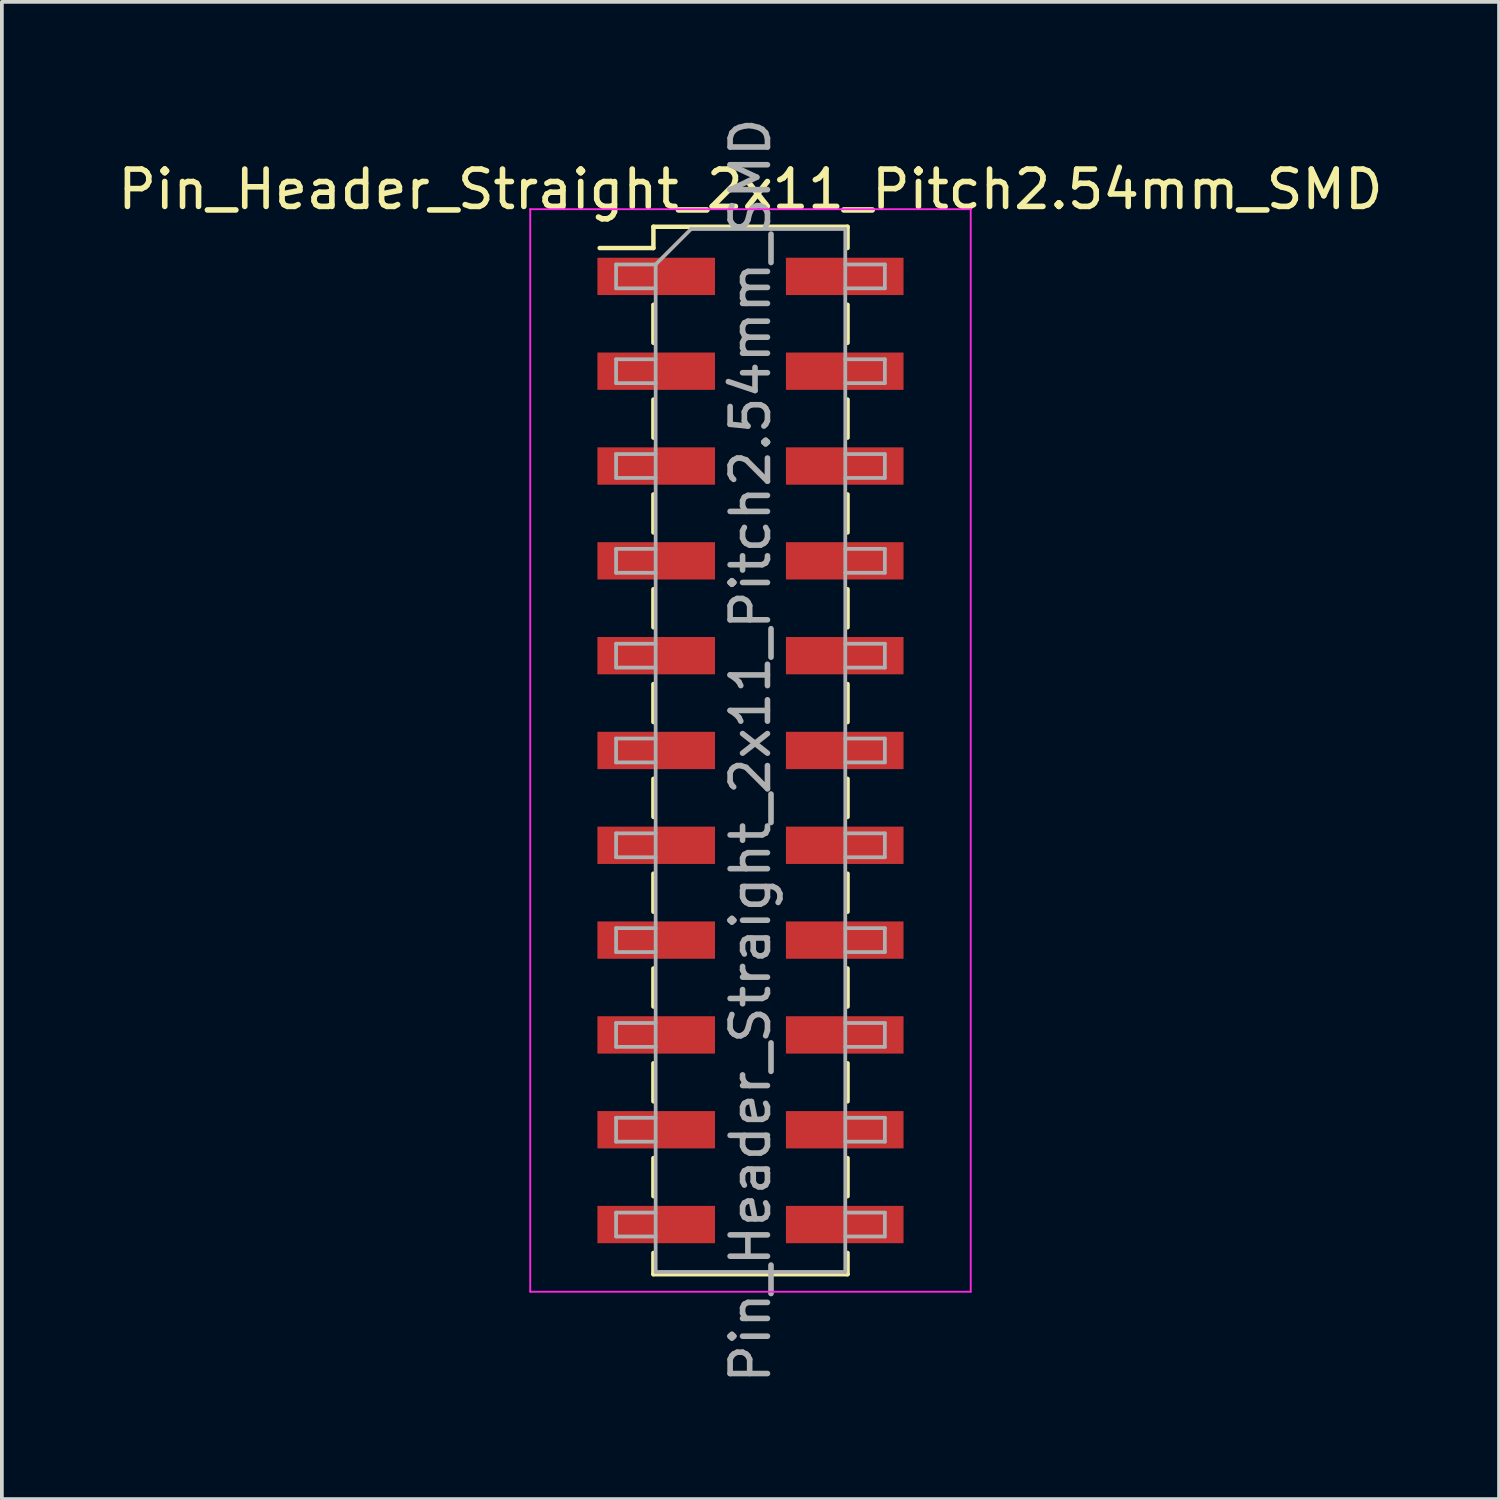
<source format=kicad_pcb>
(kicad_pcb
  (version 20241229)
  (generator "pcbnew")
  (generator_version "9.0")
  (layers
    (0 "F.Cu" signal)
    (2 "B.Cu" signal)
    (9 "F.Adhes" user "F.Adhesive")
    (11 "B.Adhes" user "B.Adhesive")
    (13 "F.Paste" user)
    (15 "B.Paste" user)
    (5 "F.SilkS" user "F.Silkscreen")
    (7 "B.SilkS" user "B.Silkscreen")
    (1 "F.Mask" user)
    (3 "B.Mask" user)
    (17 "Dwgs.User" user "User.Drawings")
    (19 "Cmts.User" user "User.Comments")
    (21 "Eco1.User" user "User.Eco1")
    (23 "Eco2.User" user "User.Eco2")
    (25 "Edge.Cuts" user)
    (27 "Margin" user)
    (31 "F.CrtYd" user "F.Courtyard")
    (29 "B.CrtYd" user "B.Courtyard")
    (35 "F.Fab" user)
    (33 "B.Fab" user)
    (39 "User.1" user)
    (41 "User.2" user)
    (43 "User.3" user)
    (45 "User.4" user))
  (footprint "Pin_Header_Straight_2x11_Pitch2.54mm_SMD"
    (layer "F.Cu")
    (at 17.054 17.054)
    (property "Reference" "Pin_Header_Straight_2x11_Pitch2.54mm_SMD" (at 0 -15.03 0) (layer "F.SilkS") (effects (font (size 1 1) (thickness 0.15))))
    (attr smd)
    (fp_line (start -4.04 -13.46) (end -2.6 -13.46) (stroke (width 0.12) (type solid)) (layer "F.SilkS"))
    (fp_line (start -2.6 -14.03) (end -2.6 -13.46) (stroke (width 0.12) (type solid)) (layer "F.SilkS"))
    (fp_line (start -2.6 -14.03) (end 2.6 -14.03) (stroke (width 0.12) (type solid)) (layer "F.SilkS"))
    (fp_line (start -2.6 -11.94) (end -2.6 -10.92) (stroke (width 0.12) (type solid)) (layer "F.SilkS"))
    (fp_line (start -2.6 -9.4) (end -2.6 -8.38) (stroke (width 0.12) (type solid)) (layer "F.SilkS"))
    (fp_line (start -2.6 -6.86) (end -2.6 -5.84) (stroke (width 0.12) (type solid)) (layer "F.SilkS"))
    (fp_line (start -2.6 -4.32) (end -2.6 -3.3) (stroke (width 0.12) (type solid)) (layer "F.SilkS"))
    (fp_line (start -2.6 -1.78) (end -2.6 -0.76) (stroke (width 0.12) (type solid)) (layer "F.SilkS"))
    (fp_line (start -2.6 0.76) (end -2.6 1.78) (stroke (width 0.12) (type solid)) (layer "F.SilkS"))
    (fp_line (start -2.6 3.3) (end -2.6 4.32) (stroke (width 0.12) (type solid)) (layer "F.SilkS"))
    (fp_line (start -2.6 5.84) (end -2.6 6.86) (stroke (width 0.12) (type solid)) (layer "F.SilkS"))
    (fp_line (start -2.6 8.38) (end -2.6 9.4) (stroke (width 0.12) (type solid)) (layer "F.SilkS"))
    (fp_line (start -2.6 10.92) (end -2.6 11.94) (stroke (width 0.12) (type solid)) (layer "F.SilkS"))
    (fp_line (start -2.6 13.46) (end -2.6 14.03) (stroke (width 0.12) (type solid)) (layer "F.SilkS"))
    (fp_line (start -2.6 14.03) (end 2.6 14.03) (stroke (width 0.12) (type solid)) (layer "F.SilkS"))
    (fp_line (start 2.6 -14.03) (end 2.6 -13.46) (stroke (width 0.12) (type solid)) (layer "F.SilkS"))
    (fp_line (start 2.6 -11.94) (end 2.6 -10.92) (stroke (width 0.12) (type solid)) (layer "F.SilkS"))
    (fp_line (start 2.6 -9.4) (end 2.6 -8.38) (stroke (width 0.12) (type solid)) (layer "F.SilkS"))
    (fp_line (start 2.6 -6.86) (end 2.6 -5.84) (stroke (width 0.12) (type solid)) (layer "F.SilkS"))
    (fp_line (start 2.6 -4.32) (end 2.6 -3.3) (stroke (width 0.12) (type solid)) (layer "F.SilkS"))
    (fp_line (start 2.6 -1.78) (end 2.6 -0.76) (stroke (width 0.12) (type solid)) (layer "F.SilkS"))
    (fp_line (start 2.6 0.76) (end 2.6 1.78) (stroke (width 0.12) (type solid)) (layer "F.SilkS"))
    (fp_line (start 2.6 3.3) (end 2.6 4.32) (stroke (width 0.12) (type solid)) (layer "F.SilkS"))
    (fp_line (start 2.6 5.84) (end 2.6 6.86) (stroke (width 0.12) (type solid)) (layer "F.SilkS"))
    (fp_line (start 2.6 8.38) (end 2.6 9.4) (stroke (width 0.12) (type solid)) (layer "F.SilkS"))
    (fp_line (start 2.6 10.92) (end 2.6 11.94) (stroke (width 0.12) (type solid)) (layer "F.SilkS"))
    (fp_line (start 2.6 13.46) (end 2.6 14.03) (stroke (width 0.12) (type solid)) (layer "F.SilkS"))
    (fp_line (start -5.9 -14.5) (end -5.9 14.5) (stroke (width 0.05) (type solid)) (layer "F.CrtYd"))
    (fp_line (start -5.9 14.5) (end 5.9 14.5) (stroke (width 0.05) (type solid)) (layer "F.CrtYd"))
    (fp_line (start 5.9 -14.5) (end -5.9 -14.5) (stroke (width 0.05) (type solid)) (layer "F.CrtYd"))
    (fp_line (start 5.9 14.5) (end 5.9 -14.5) (stroke (width 0.05) (type solid)) (layer "F.CrtYd"))
    (fp_line (start -3.6 -13.02) (end -3.6 -12.38) (stroke (width 0.1) (type solid)) (layer "F.Fab"))
    (fp_line (start -3.6 -12.38) (end -2.54 -12.38) (stroke (width 0.1) (type solid)) (layer "F.Fab"))
    (fp_line (start -3.6 -10.48) (end -3.6 -9.84) (stroke (width 0.1) (type solid)) (layer "F.Fab"))
    (fp_line (start -3.6 -9.84) (end -2.54 -9.84) (stroke (width 0.1) (type solid)) (layer "F.Fab"))
    (fp_line (start -3.6 -7.94) (end -3.6 -7.3) (stroke (width 0.1) (type solid)) (layer "F.Fab"))
    (fp_line (start -3.6 -7.3) (end -2.54 -7.3) (stroke (width 0.1) (type solid)) (layer "F.Fab"))
    (fp_line (start -3.6 -5.4) (end -3.6 -4.76) (stroke (width 0.1) (type solid)) (layer "F.Fab"))
    (fp_line (start -3.6 -4.76) (end -2.54 -4.76) (stroke (width 0.1) (type solid)) (layer "F.Fab"))
    (fp_line (start -3.6 -2.86) (end -3.6 -2.22) (stroke (width 0.1) (type solid)) (layer "F.Fab"))
    (fp_line (start -3.6 -2.22) (end -2.54 -2.22) (stroke (width 0.1) (type solid)) (layer "F.Fab"))
    (fp_line (start -3.6 -0.32) (end -3.6 0.32) (stroke (width 0.1) (type solid)) (layer "F.Fab"))
    (fp_line (start -3.6 0.32) (end -2.54 0.32) (stroke (width 0.1) (type solid)) (layer "F.Fab"))
    (fp_line (start -3.6 2.22) (end -3.6 2.86) (stroke (width 0.1) (type solid)) (layer "F.Fab"))
    (fp_line (start -3.6 2.86) (end -2.54 2.86) (stroke (width 0.1) (type solid)) (layer "F.Fab"))
    (fp_line (start -3.6 4.76) (end -3.6 5.4) (stroke (width 0.1) (type solid)) (layer "F.Fab"))
    (fp_line (start -3.6 5.4) (end -2.54 5.4) (stroke (width 0.1) (type solid)) (layer "F.Fab"))
    (fp_line (start -3.6 7.3) (end -3.6 7.94) (stroke (width 0.1) (type solid)) (layer "F.Fab"))
    (fp_line (start -3.6 7.94) (end -2.54 7.94) (stroke (width 0.1) (type solid)) (layer "F.Fab"))
    (fp_line (start -3.6 9.84) (end -3.6 10.48) (stroke (width 0.1) (type solid)) (layer "F.Fab"))
    (fp_line (start -3.6 10.48) (end -2.54 10.48) (stroke (width 0.1) (type solid)) (layer "F.Fab"))
    (fp_line (start -3.6 12.38) (end -3.6 13.02) (stroke (width 0.1) (type solid)) (layer "F.Fab"))
    (fp_line (start -3.6 13.02) (end -2.54 13.02) (stroke (width 0.1) (type solid)) (layer "F.Fab"))
    (fp_line (start -2.54 -13.02) (end -3.6 -13.02) (stroke (width 0.1) (type solid)) (layer "F.Fab"))
    (fp_line (start -2.54 -13.02) (end -1.59 -13.97) (stroke (width 0.1) (type solid)) (layer "F.Fab"))
    (fp_line (start -2.54 -10.48) (end -3.6 -10.48) (stroke (width 0.1) (type solid)) (layer "F.Fab"))
    (fp_line (start -2.54 -7.94) (end -3.6 -7.94) (stroke (width 0.1) (type solid)) (layer "F.Fab"))
    (fp_line (start -2.54 -5.4) (end -3.6 -5.4) (stroke (width 0.1) (type solid)) (layer "F.Fab"))
    (fp_line (start -2.54 -2.86) (end -3.6 -2.86) (stroke (width 0.1) (type solid)) (layer "F.Fab"))
    (fp_line (start -2.54 -0.32) (end -3.6 -0.32) (stroke (width 0.1) (type solid)) (layer "F.Fab"))
    (fp_line (start -2.54 2.22) (end -3.6 2.22) (stroke (width 0.1) (type solid)) (layer "F.Fab"))
    (fp_line (start -2.54 4.76) (end -3.6 4.76) (stroke (width 0.1) (type solid)) (layer "F.Fab"))
    (fp_line (start -2.54 7.3) (end -3.6 7.3) (stroke (width 0.1) (type solid)) (layer "F.Fab"))
    (fp_line (start -2.54 9.84) (end -3.6 9.84) (stroke (width 0.1) (type solid)) (layer "F.Fab"))
    (fp_line (start -2.54 12.38) (end -3.6 12.38) (stroke (width 0.1) (type solid)) (layer "F.Fab"))
    (fp_line (start -2.54 13.97) (end -2.54 -13.02) (stroke (width 0.1) (type solid)) (layer "F.Fab"))
    (fp_line (start -1.59 -13.97) (end 2.54 -13.97) (stroke (width 0.1) (type solid)) (layer "F.Fab"))
    (fp_line (start 2.54 -13.97) (end 2.54 13.97) (stroke (width 0.1) (type solid)) (layer "F.Fab"))
    (fp_line (start 2.54 -13.02) (end 3.6 -13.02) (stroke (width 0.1) (type solid)) (layer "F.Fab"))
    (fp_line (start 2.54 -10.48) (end 3.6 -10.48) (stroke (width 0.1) (type solid)) (layer "F.Fab"))
    (fp_line (start 2.54 -7.94) (end 3.6 -7.94) (stroke (width 0.1) (type solid)) (layer "F.Fab"))
    (fp_line (start 2.54 -5.4) (end 3.6 -5.4) (stroke (width 0.1) (type solid)) (layer "F.Fab"))
    (fp_line (start 2.54 -2.86) (end 3.6 -2.86) (stroke (width 0.1) (type solid)) (layer "F.Fab"))
    (fp_line (start 2.54 -0.32) (end 3.6 -0.32) (stroke (width 0.1) (type solid)) (layer "F.Fab"))
    (fp_line (start 2.54 2.22) (end 3.6 2.22) (stroke (width 0.1) (type solid)) (layer "F.Fab"))
    (fp_line (start 2.54 4.76) (end 3.6 4.76) (stroke (width 0.1) (type solid)) (layer "F.Fab"))
    (fp_line (start 2.54 7.3) (end 3.6 7.3) (stroke (width 0.1) (type solid)) (layer "F.Fab"))
    (fp_line (start 2.54 9.84) (end 3.6 9.84) (stroke (width 0.1) (type solid)) (layer "F.Fab"))
    (fp_line (start 2.54 12.38) (end 3.6 12.38) (stroke (width 0.1) (type solid)) (layer "F.Fab"))
    (fp_line (start 2.54 13.97) (end -2.54 13.97) (stroke (width 0.1) (type solid)) (layer "F.Fab"))
    (fp_line (start 3.6 -13.02) (end 3.6 -12.38) (stroke (width 0.1) (type solid)) (layer "F.Fab"))
    (fp_line (start 3.6 -12.38) (end 2.54 -12.38) (stroke (width 0.1) (type solid)) (layer "F.Fab"))
    (fp_line (start 3.6 -10.48) (end 3.6 -9.84) (stroke (width 0.1) (type solid)) (layer "F.Fab"))
    (fp_line (start 3.6 -9.84) (end 2.54 -9.84) (stroke (width 0.1) (type solid)) (layer "F.Fab"))
    (fp_line (start 3.6 -7.94) (end 3.6 -7.3) (stroke (width 0.1) (type solid)) (layer "F.Fab"))
    (fp_line (start 3.6 -7.3) (end 2.54 -7.3) (stroke (width 0.1) (type solid)) (layer "F.Fab"))
    (fp_line (start 3.6 -5.4) (end 3.6 -4.76) (stroke (width 0.1) (type solid)) (layer "F.Fab"))
    (fp_line (start 3.6 -4.76) (end 2.54 -4.76) (stroke (width 0.1) (type solid)) (layer "F.Fab"))
    (fp_line (start 3.6 -2.86) (end 3.6 -2.22) (stroke (width 0.1) (type solid)) (layer "F.Fab"))
    (fp_line (start 3.6 -2.22) (end 2.54 -2.22) (stroke (width 0.1) (type solid)) (layer "F.Fab"))
    (fp_line (start 3.6 -0.32) (end 3.6 0.32) (stroke (width 0.1) (type solid)) (layer "F.Fab"))
    (fp_line (start 3.6 0.32) (end 2.54 0.32) (stroke (width 0.1) (type solid)) (layer "F.Fab"))
    (fp_line (start 3.6 2.22) (end 3.6 2.86) (stroke (width 0.1) (type solid)) (layer "F.Fab"))
    (fp_line (start 3.6 2.86) (end 2.54 2.86) (stroke (width 0.1) (type solid)) (layer "F.Fab"))
    (fp_line (start 3.6 4.76) (end 3.6 5.4) (stroke (width 0.1) (type solid)) (layer "F.Fab"))
    (fp_line (start 3.6 5.4) (end 2.54 5.4) (stroke (width 0.1) (type solid)) (layer "F.Fab"))
    (fp_line (start 3.6 7.3) (end 3.6 7.94) (stroke (width 0.1) (type solid)) (layer "F.Fab"))
    (fp_line (start 3.6 7.94) (end 2.54 7.94) (stroke (width 0.1) (type solid)) (layer "F.Fab"))
    (fp_line (start 3.6 9.84) (end 3.6 10.48) (stroke (width 0.1) (type solid)) (layer "F.Fab"))
    (fp_line (start 3.6 10.48) (end 2.54 10.48) (stroke (width 0.1) (type solid)) (layer "F.Fab"))
    (fp_line (start 3.6 12.38) (end 3.6 13.02) (stroke (width 0.1) (type solid)) (layer "F.Fab"))
    (fp_line (start 3.6 13.02) (end 2.54 13.02) (stroke (width 0.1) (type solid)) (layer "F.Fab"))
    (fp_text user "${REFERENCE}" (at 0 0 90) (layer "F.Fab") (effects (font (size 1 1) (thickness 0.15))))
    (pad "1" smd rect (at -2.525 -12.7) (size 3.15 1) (layers "F.Cu" "F.Mask" "F.Paste"))
    (pad "2" smd rect (at 2.525 -12.7) (size 3.15 1) (layers "F.Cu" "F.Mask" "F.Paste"))
    (pad "3" smd rect (at -2.525 -10.16) (size 3.15 1) (layers "F.Cu" "F.Mask" "F.Paste"))
    (pad "4" smd rect (at 2.525 -10.16) (size 3.15 1) (layers "F.Cu" "F.Mask" "F.Paste"))
    (pad "5" smd rect (at -2.525 -7.62) (size 3.15 1) (layers "F.Cu" "F.Mask" "F.Paste"))
    (pad "6" smd rect (at 2.525 -7.62) (size 3.15 1) (layers "F.Cu" "F.Mask" "F.Paste"))
    (pad "7" smd rect (at -2.525 -5.08) (size 3.15 1) (layers "F.Cu" "F.Mask" "F.Paste"))
    (pad "8" smd rect (at 2.525 -5.08) (size 3.15 1) (layers "F.Cu" "F.Mask" "F.Paste"))
    (pad "9" smd rect (at -2.525 -2.54) (size 3.15 1) (layers "F.Cu" "F.Mask" "F.Paste"))
    (pad "10" smd rect (at 2.525 -2.54) (size 3.15 1) (layers "F.Cu" "F.Mask" "F.Paste"))
    (pad "11" smd rect (at -2.525 0) (size 3.15 1) (layers "F.Cu" "F.Mask" "F.Paste"))
    (pad "12" smd rect (at 2.525 0) (size 3.15 1) (layers "F.Cu" "F.Mask" "F.Paste"))
    (pad "13" smd rect (at -2.525 2.54) (size 3.15 1) (layers "F.Cu" "F.Mask" "F.Paste"))
    (pad "14" smd rect (at 2.525 2.54) (size 3.15 1) (layers "F.Cu" "F.Mask" "F.Paste"))
    (pad "15" smd rect (at -2.525 5.08) (size 3.15 1) (layers "F.Cu" "F.Mask" "F.Paste"))
    (pad "16" smd rect (at 2.525 5.08) (size 3.15 1) (layers "F.Cu" "F.Mask" "F.Paste"))
    (pad "17" smd rect (at -2.525 7.62) (size 3.15 1) (layers "F.Cu" "F.Mask" "F.Paste"))
    (pad "18" smd rect (at 2.525 7.62) (size 3.15 1) (layers "F.Cu" "F.Mask" "F.Paste"))
    (pad "19" smd rect (at -2.525 10.16) (size 3.15 1) (layers "F.Cu" "F.Mask" "F.Paste"))
    (pad "20" smd rect (at 2.525 10.16) (size 3.15 1) (layers "F.Cu" "F.Mask" "F.Paste"))
    (pad "21" smd rect (at -2.525 12.7) (size 3.15 1) (layers "F.Cu" "F.Mask" "F.Paste"))
    (pad "22" smd rect (at 2.525 12.7) (size 3.15 1) (layers "F.Cu" "F.Mask" "F.Paste")))
  (gr_rect
    (start -3 -3)
    (end 37.107 37.107)
    (stroke (width 0.1) (type default))
    (fill no)
    (layer "Edge.Cuts")))
</source>
